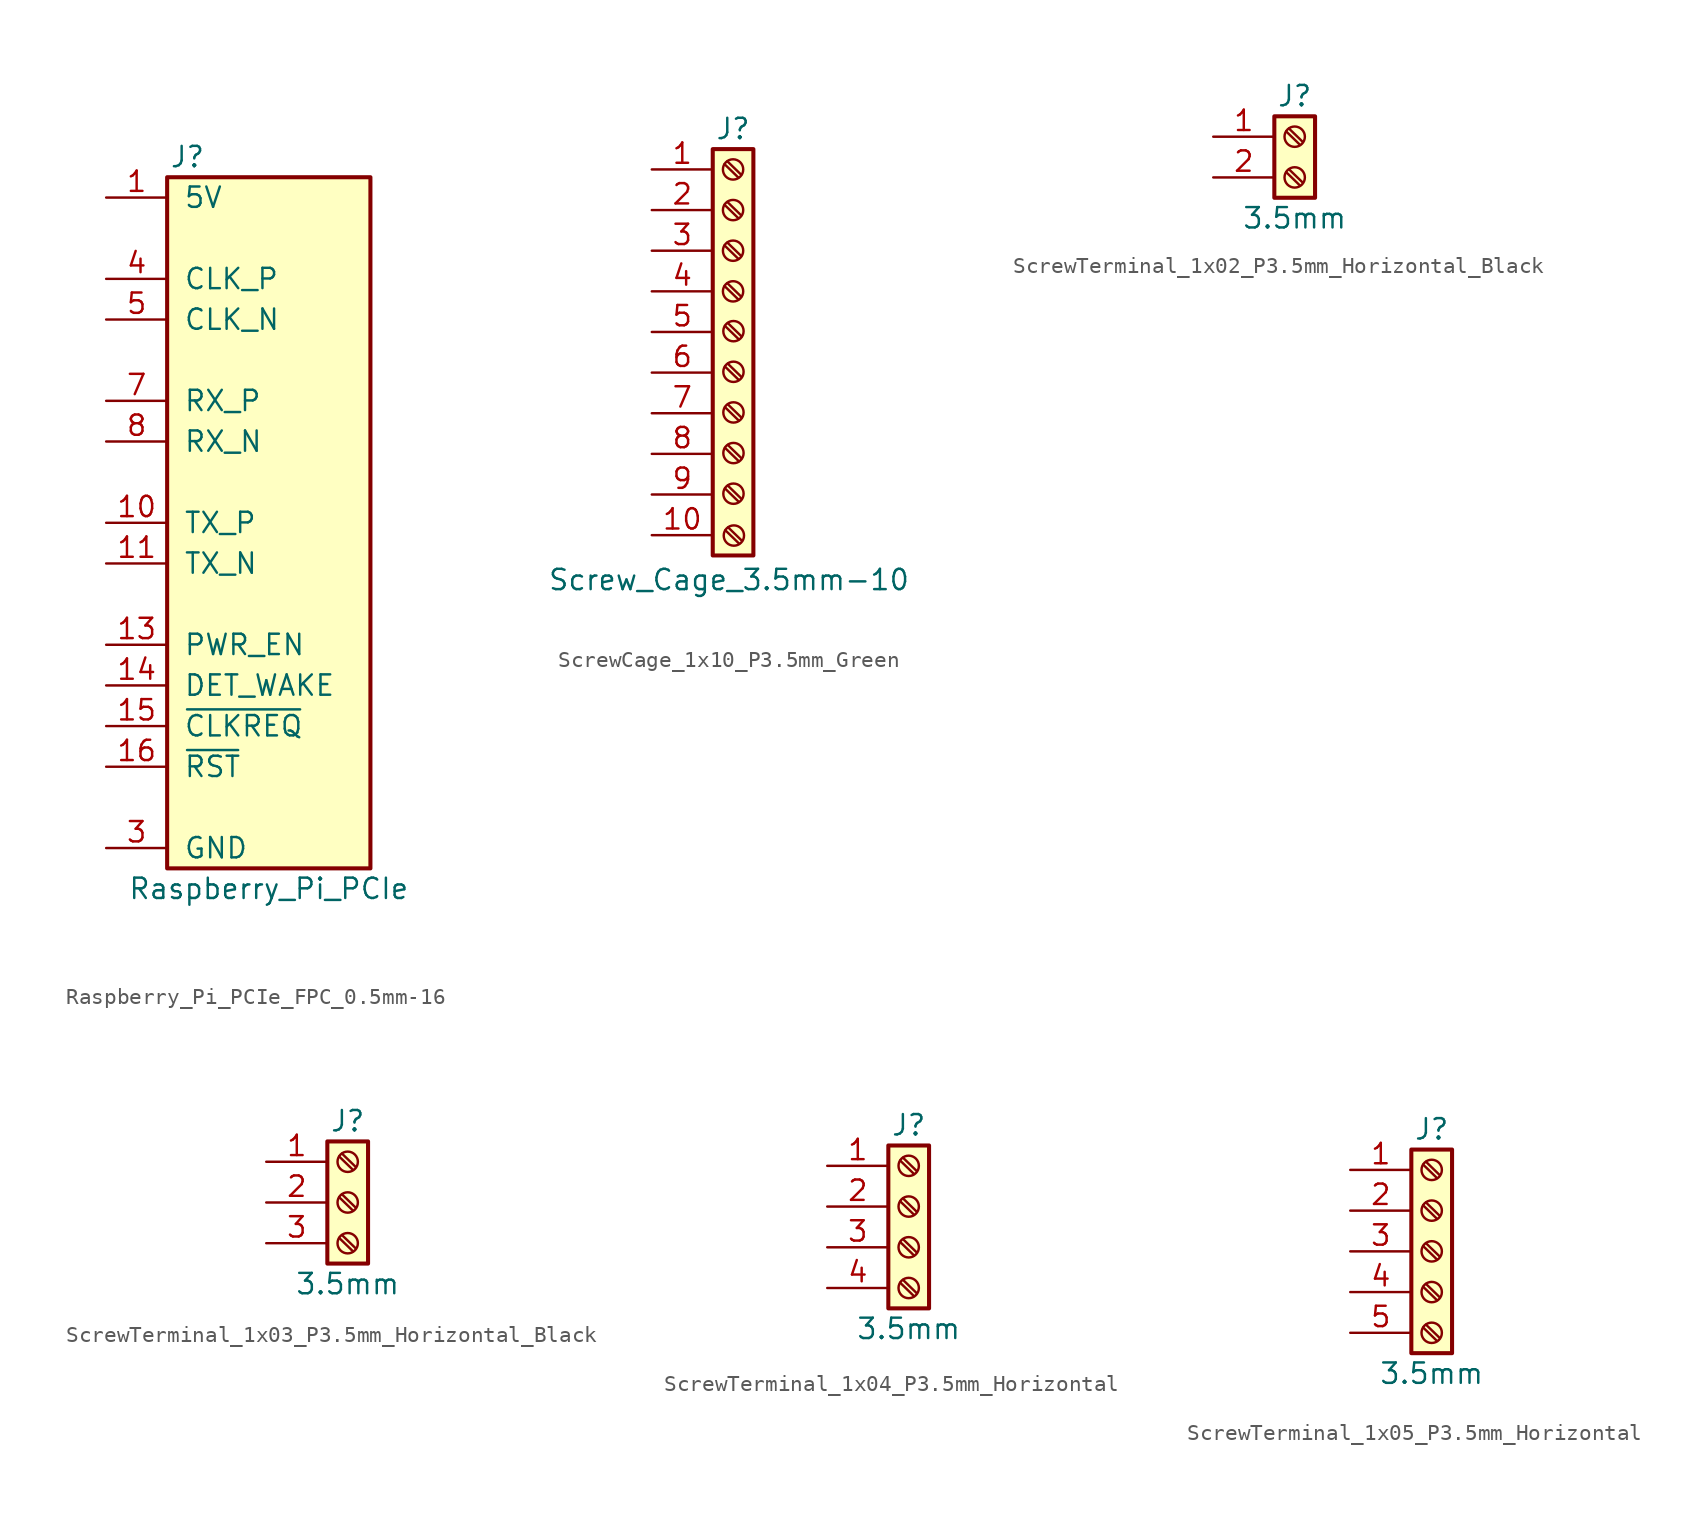
<source format=kicad_sym>
(kicad_symbol_lib
  (version 20241209)
  (generator "kicad_symbol_editor")
  (generator_version "9.0")
  (symbol "Raspberry_Pi_PCIe_FPC_0.5mm-16"
    (pin_names
      (offset 1.016))
    (property "Reference" "J"
      (at -5.08 22.86 0)
      (effects (font (size 1.27 1.27))))
    (property "Value" "Raspberry_Pi_PCIe"
      (at 0 -22.86 0)
      (effects (font (size 1.27 1.27))))
    (symbol "Raspberry_Pi_PCIe_FPC_0.5mm-16_1_1"
      (rectangle (start -6.35 21.59) (end 6.35 -21.59) (stroke (width 0.254) (type default)) (fill (type background)))
      (pin passive line (at -10.16 20.32 0) (length 3.81) (name "5V" (effects (font (size 1.27 1.27)))) (number "1" (effects (font (size 1.27 1.27)))))
      (pin passive line (at -10.16 20.32 0) (length 3.81) (hide yes) (name "5V" (effects (font (size 1.27 1.27)))) (number "2" (effects (font (size 1.27 1.27)))))
      (pin passive line (at -10.16 15.24 0) (length 3.81) (name "CLK_P" (effects (font (size 1.27 1.27)))) (number "4" (effects (font (size 1.27 1.27)))))
      (pin passive line (at -10.16 12.7 0) (length 3.81) (name "CLK_N" (effects (font (size 1.27 1.27)))) (number "5" (effects (font (size 1.27 1.27)))))
      (pin passive line (at -10.16 7.62 0) (length 3.81) (name "RX_P" (effects (font (size 1.27 1.27)))) (number "7" (effects (font (size 1.27 1.27)))))
      (pin passive line (at -10.16 5.08 0) (length 3.81) (name "RX_N" (effects (font (size 1.27 1.27)))) (number "8" (effects (font (size 1.27 1.27)))))
      (pin passive line (at -10.16 0 0) (length 3.81) (name "TX_P" (effects (font (size 1.27 1.27)))) (number "10" (effects (font (size 1.27 1.27)))))
      (pin passive line (at -10.16 -2.54 0) (length 3.81) (name "TX_N" (effects (font (size 1.27 1.27)))) (number "11" (effects (font (size 1.27 1.27)))))
      (pin passive line (at -10.16 -7.62 0) (length 3.81) (name "PWR_EN" (effects (font (size 1.27 1.27)))) (number "13" (effects (font (size 1.27 1.27)))))
      (pin passive line (at -10.16 -10.16 0) (length 3.81) (name "DET_WAKE" (effects (font (size 1.27 1.27)))) (number "14" (effects (font (size 1.27 1.27)))))
      (pin passive line (at -10.16 -12.7 0) (length 3.81) (name "~{CLKREQ}" (effects (font (size 1.27 1.27)))) (number "15" (effects (font (size 1.27 1.27)))))
      (pin passive line (at -10.16 -15.24 0) (length 3.81) (name "~{RST}" (effects (font (size 1.27 1.27)))) (number "16" (effects (font (size 1.27 1.27)))))
      (pin passive line (at -10.16 -20.32 0) (length 3.81) (hide yes) (name "GND" (effects (font (size 1.27 1.27)))) (number "12" (effects (font (size 1.27 1.27)))))
      (pin passive line (at -10.16 -20.32 0) (length 3.81) (name "GND" (effects (font (size 1.27 1.27)))) (number "3" (effects (font (size 1.27 1.27)))))
      (pin passive line (at -10.16 -20.32 0) (length 3.81) (hide yes) (name "GND" (effects (font (size 1.27 1.27)))) (number "6" (effects (font (size 1.27 1.27)))))
      (pin passive line (at -10.16 -20.32 0) (length 3.81) (hide yes) (name "GND" (effects (font (size 1.27 1.27)))) (number "9" (effects (font (size 1.27 1.27)))))))
  (symbol "ScrewCage_1x10_P3.5mm_Green"
    (pin_names
      (offset 1.016)
      (hide yes))
    (property "Reference" "J"
      (at 0 12.7 0)
      (effects (font (size 1.27 1.27))))
    (property "Value" "Screw_Cage_3.5mm-10"
      (at -0.254 -15.494 0)
      (effects (font (size 1.27 1.27))))
    (symbol "ScrewCage_1x10_P3.5mm_Green_1_1"
      (rectangle (start -1.27 11.43) (end 1.27 -13.97) (stroke (width 0.254) (type default)) (fill (type background)))
      (polyline (pts (xy -0.533 10.49) (xy 0.33 9.652)) (stroke (width 0.152) (type default)) (fill (type none)))
      (polyline (pts (xy -0.533 7.95) (xy 0.33 7.112)) (stroke (width 0.152) (type default)) (fill (type none)))
      (polyline (pts (xy -0.533 5.41) (xy 0.33 4.572)) (stroke (width 0.152) (type default)) (fill (type none)))
      (polyline (pts (xy -0.533 2.87) (xy 0.33 2.032)) (stroke (width 0.152) (type default)) (fill (type none)))
      (polyline (pts (xy -0.508 0.381) (xy 0.356 -0.457)) (stroke (width 0.152) (type default)) (fill (type none)))
      (polyline (pts (xy -0.508 -2.159) (xy 0.356 -2.997)) (stroke (width 0.152) (type default)) (fill (type none)))
      (polyline (pts (xy -0.508 -4.699) (xy 0.356 -5.537)) (stroke (width 0.152) (type default)) (fill (type none)))
      (polyline (pts (xy -0.508 -7.239) (xy 0.356 -8.077)) (stroke (width 0.152) (type default)) (fill (type none)))
      (polyline (pts (xy -0.508 -9.779) (xy 0.356 -10.617)) (stroke (width 0.152) (type default)) (fill (type none)))
      (polyline (pts (xy -0.483 -12.395) (xy 0.381 -13.233)) (stroke (width 0.152) (type default)) (fill (type none)))
      (polyline (pts (xy -0.356 10.668) (xy 0.508 9.83)) (stroke (width 0.152) (type default)) (fill (type none)))
      (polyline (pts (xy -0.356 8.128) (xy 0.508 7.29)) (stroke (width 0.152) (type default)) (fill (type none)))
      (polyline (pts (xy -0.356 5.588) (xy 0.508 4.75)) (stroke (width 0.152) (type default)) (fill (type none)))
      (polyline (pts (xy -0.356 3.048) (xy 0.508 2.21)) (stroke (width 0.152) (type default)) (fill (type none)))
      (polyline (pts (xy -0.33 0.559) (xy 0.533 -0.279)) (stroke (width 0.152) (type default)) (fill (type none)))
      (polyline (pts (xy -0.33 -1.981) (xy 0.533 -2.819)) (stroke (width 0.152) (type default)) (fill (type none)))
      (polyline (pts (xy -0.33 -4.521) (xy 0.533 -5.359)) (stroke (width 0.152) (type default)) (fill (type none)))
      (polyline (pts (xy -0.33 -7.061) (xy 0.533 -7.899)) (stroke (width 0.152) (type default)) (fill (type none)))
      (polyline (pts (xy -0.33 -9.601) (xy 0.533 -10.439)) (stroke (width 0.152) (type default)) (fill (type none)))
      (polyline (pts (xy -0.305 -12.217) (xy 0.559 -13.056)) (stroke (width 0.152) (type default)) (fill (type none)))
      (circle (center 0 10.16) (radius 0.635) (stroke (width 0.152) (type default)) (fill (type none)))
      (circle (center 0 7.62) (radius 0.635) (stroke (width 0.152) (type default)) (fill (type none)))
      (circle (center 0 5.08) (radius 0.635) (stroke (width 0.152) (type default)) (fill (type none)))
      (circle (center 0 2.54) (radius 0.635) (stroke (width 0.152) (type default)) (fill (type none)))
      (circle (center 0.025 0.051) (radius 0.635) (stroke (width 0.152) (type default)) (fill (type none)))
      (circle (center 0.025 -2.489) (radius 0.635) (stroke (width 0.152) (type default)) (fill (type none)))
      (circle (center 0.025 -5.029) (radius 0.635) (stroke (width 0.152) (type default)) (fill (type none)))
      (circle (center 0.025 -7.569) (radius 0.635) (stroke (width 0.152) (type default)) (fill (type none)))
      (circle (center 0.025 -10.109) (radius 0.635) (stroke (width 0.152) (type default)) (fill (type none)))
      (circle (center 0.051 -12.725) (radius 0.635) (stroke (width 0.152) (type default)) (fill (type none)))
      (pin passive line (at -5.08 10.16 0) (length 3.81) (name "Pin_1" (effects (font (size 1.27 1.27)))) (number "1" (effects (font (size 1.27 1.27)))))
      (pin passive line (at -5.08 7.62 0) (length 3.81) (name "Pin_2" (effects (font (size 1.27 1.27)))) (number "2" (effects (font (size 1.27 1.27)))))
      (pin passive line (at -5.08 5.08 0) (length 3.81) (name "Pin_3" (effects (font (size 1.27 1.27)))) (number "3" (effects (font (size 1.27 1.27)))))
      (pin passive line (at -5.08 2.54 0) (length 3.81) (name "Pin_4" (effects (font (size 1.27 1.27)))) (number "4" (effects (font (size 1.27 1.27)))))
      (pin passive line (at -5.08 0 0) (length 3.81) (name "Pin_3" (effects (font (size 1.27 1.27)))) (number "5" (effects (font (size 1.27 1.27)))))
      (pin passive line (at -5.08 -2.54 0) (length 3.81) (name "Pin_4" (effects (font (size 1.27 1.27)))) (number "6" (effects (font (size 1.27 1.27)))))
      (pin passive line (at -5.08 -5.08 0) (length 3.81) (name "Pin_2" (effects (font (size 1.27 1.27)))) (number "7" (effects (font (size 1.27 1.27)))))
      (pin passive line (at -5.08 -7.62 0) (length 3.81) (name "Pin_1" (effects (font (size 1.27 1.27)))) (number "8" (effects (font (size 1.27 1.27)))))
      (pin passive line (at -5.08 -10.16 0) (length 3.81) (name "Pin_1" (effects (font (size 1.27 1.27)))) (number "9" (effects (font (size 1.27 1.27)))))
      (pin passive line (at -5.08 -12.7 0) (length 3.81) (name "Pin_1" (effects (font (size 1.27 1.27)))) (number "10" (effects (font (size 1.27 1.27)))))))
  (symbol "ScrewTerminal_1x02_P3.5mm_Horizontal_Black"
    (pin_names
      (offset 1.016)
      (hide yes))
    (property "Reference" "J"
      (at 0 3.81 0)
      (effects (font (size 1.27 1.27))))
    (property "Value" "3.5mm"
      (at 0 -3.81 0)
      (effects (font (size 1.27 1.27))))
    (symbol "ScrewTerminal_1x02_P3.5mm_Horizontal_Black_1_1"
      (rectangle (start -1.27 2.54) (end 1.27 -2.54) (stroke (width 0.254) (type default)) (fill (type background)))
      (polyline (pts (xy -0.533 1.6) (xy 0.33 0.762)) (stroke (width 0.152) (type default)) (fill (type none)))
      (polyline (pts (xy -0.533 -0.94) (xy 0.33 -1.778)) (stroke (width 0.152) (type default)) (fill (type none)))
      (polyline (pts (xy -0.356 1.778) (xy 0.508 0.94)) (stroke (width 0.152) (type default)) (fill (type none)))
      (polyline (pts (xy -0.356 -0.762) (xy 0.508 -1.6)) (stroke (width 0.152) (type default)) (fill (type none)))
      (circle (center 0 1.27) (radius 0.635) (stroke (width 0.152) (type default)) (fill (type none)))
      (circle (center 0 -1.27) (radius 0.635) (stroke (width 0.152) (type default)) (fill (type none)))
      (pin passive line (at -5.08 1.27 0) (length 3.81) (name "Pin_1" (effects (font (size 1.27 1.27)))) (number "1" (effects (font (size 1.27 1.27)))))
      (pin passive line (at -5.08 -1.27 0) (length 3.81) (name "Pin_2" (effects (font (size 1.27 1.27)))) (number "2" (effects (font (size 1.27 1.27)))))))
  (symbol "ScrewTerminal_1x03_P3.5mm_Horizontal_Black"
    (pin_names
      (offset 1.016)
      (hide yes))
    (property "Reference" "J"
      (at 0 5.08 0)
      (effects (font (size 1.27 1.27))))
    (property "Value" "3.5mm"
      (at 0 -5.08 0)
      (effects (font (size 1.27 1.27))))
    (symbol "ScrewTerminal_1x03_P3.5mm_Horizontal_Black_1_1"
      (rectangle (start -1.27 3.81) (end 1.27 -3.81) (stroke (width 0.254) (type default)) (fill (type background)))
      (polyline (pts (xy -0.533 2.87) (xy 0.33 2.032)) (stroke (width 0.152) (type default)) (fill (type none)))
      (polyline (pts (xy -0.533 0.33) (xy 0.33 -0.508)) (stroke (width 0.152) (type default)) (fill (type none)))
      (polyline (pts (xy -0.533 -2.21) (xy 0.33 -3.048)) (stroke (width 0.152) (type default)) (fill (type none)))
      (polyline (pts (xy -0.356 3.048) (xy 0.508 2.21)) (stroke (width 0.152) (type default)) (fill (type none)))
      (polyline (pts (xy -0.356 0.508) (xy 0.508 -0.33)) (stroke (width 0.152) (type default)) (fill (type none)))
      (polyline (pts (xy -0.356 -2.032) (xy 0.508 -2.87)) (stroke (width 0.152) (type default)) (fill (type none)))
      (circle (center 0 2.54) (radius 0.635) (stroke (width 0.152) (type default)) (fill (type none)))
      (circle (center 0 0) (radius 0.635) (stroke (width 0.152) (type default)) (fill (type none)))
      (circle (center 0 -2.54) (radius 0.635) (stroke (width 0.152) (type default)) (fill (type none)))
      (pin passive line (at -5.08 2.54 0) (length 3.81) (name "Pin_1" (effects (font (size 1.27 1.27)))) (number "1" (effects (font (size 1.27 1.27)))))
      (pin passive line (at -5.08 0 0) (length 3.81) (name "Pin_2" (effects (font (size 1.27 1.27)))) (number "2" (effects (font (size 1.27 1.27)))))
      (pin passive line (at -5.08 -2.54 0) (length 3.81) (name "Pin_3" (effects (font (size 1.27 1.27)))) (number "3" (effects (font (size 1.27 1.27)))))))
  (symbol "ScrewTerminal_1x04_P3.5mm_Horizontal"
    (pin_names
      (offset 1.016)
      (hide yes))
    (property "Reference" "J"
      (at 0 5.08 0)
      (effects (font (size 1.27 1.27))))
    (property "Value" "3.5mm"
      (at 0 -7.62 0)
      (effects (font (size 1.27 1.27))))
    (symbol "ScrewTerminal_1x04_P3.5mm_Horizontal_1_1"
      (rectangle (start -1.27 3.81) (end 1.27 -6.35) (stroke (width 0.254) (type default)) (fill (type background)))
      (polyline (pts (xy -0.533 2.87) (xy 0.33 2.032)) (stroke (width 0.152) (type default)) (fill (type none)))
      (polyline (pts (xy -0.533 0.33) (xy 0.33 -0.508)) (stroke (width 0.152) (type default)) (fill (type none)))
      (polyline (pts (xy -0.533 -2.21) (xy 0.33 -3.048)) (stroke (width 0.152) (type default)) (fill (type none)))
      (polyline (pts (xy -0.533 -4.75) (xy 0.33 -5.588)) (stroke (width 0.152) (type default)) (fill (type none)))
      (polyline (pts (xy -0.356 3.048) (xy 0.508 2.21)) (stroke (width 0.152) (type default)) (fill (type none)))
      (polyline (pts (xy -0.356 0.508) (xy 0.508 -0.33)) (stroke (width 0.152) (type default)) (fill (type none)))
      (polyline (pts (xy -0.356 -2.032) (xy 0.508 -2.87)) (stroke (width 0.152) (type default)) (fill (type none)))
      (polyline (pts (xy -0.356 -4.572) (xy 0.508 -5.41)) (stroke (width 0.152) (type default)) (fill (type none)))
      (circle (center 0 2.54) (radius 0.635) (stroke (width 0.152) (type default)) (fill (type none)))
      (circle (center 0 0) (radius 0.635) (stroke (width 0.152) (type default)) (fill (type none)))
      (circle (center 0 -2.54) (radius 0.635) (stroke (width 0.152) (type default)) (fill (type none)))
      (circle (center 0 -5.08) (radius 0.635) (stroke (width 0.152) (type default)) (fill (type none)))
      (pin passive line (at -5.08 2.54 0) (length 3.81) (name "Pin_1" (effects (font (size 1.27 1.27)))) (number "1" (effects (font (size 1.27 1.27)))))
      (pin passive line (at -5.08 0 0) (length 3.81) (name "Pin_2" (effects (font (size 1.27 1.27)))) (number "2" (effects (font (size 1.27 1.27)))))
      (pin passive line (at -5.08 -2.54 0) (length 3.81) (name "Pin_3" (effects (font (size 1.27 1.27)))) (number "3" (effects (font (size 1.27 1.27)))))
      (pin passive line (at -5.08 -5.08 0) (length 3.81) (name "Pin_4" (effects (font (size 1.27 1.27)))) (number "4" (effects (font (size 1.27 1.27)))))))
  (symbol "ScrewTerminal_1x05_P3.5mm_Horizontal"
    (pin_names
      (offset 1.016)
      (hide yes))
    (property "Reference" "J"
      (at 0 5.08 0)
      (effects (font (size 1.27 1.27))))
    (property "Value" "3.5mm"
      (at 0 -10.16 0)
      (effects (font (size 1.27 1.27))))
    (symbol "ScrewTerminal_1x05_P3.5mm_Horizontal_1_1"
      (rectangle (start -1.27 3.81) (end 1.27 -8.89) (stroke (width 0.254) (type default)) (fill (type background)))
      (polyline (pts (xy -0.533 2.87) (xy 0.33 2.032)) (stroke (width 0.152) (type default)) (fill (type none)))
      (polyline (pts (xy -0.533 0.33) (xy 0.33 -0.508)) (stroke (width 0.152) (type default)) (fill (type none)))
      (polyline (pts (xy -0.533 -2.21) (xy 0.33 -3.048)) (stroke (width 0.152) (type default)) (fill (type none)))
      (polyline (pts (xy -0.533 -4.75) (xy 0.33 -5.588)) (stroke (width 0.152) (type default)) (fill (type none)))
      (polyline (pts (xy -0.533 -7.29) (xy 0.33 -8.128)) (stroke (width 0.152) (type default)) (fill (type none)))
      (polyline (pts (xy -0.356 3.048) (xy 0.508 2.21)) (stroke (width 0.152) (type default)) (fill (type none)))
      (polyline (pts (xy -0.356 0.508) (xy 0.508 -0.33)) (stroke (width 0.152) (type default)) (fill (type none)))
      (polyline (pts (xy -0.356 -2.032) (xy 0.508 -2.87)) (stroke (width 0.152) (type default)) (fill (type none)))
      (polyline (pts (xy -0.356 -4.572) (xy 0.508 -5.41)) (stroke (width 0.152) (type default)) (fill (type none)))
      (polyline (pts (xy -0.356 -7.112) (xy 0.508 -7.95)) (stroke (width 0.152) (type default)) (fill (type none)))
      (circle (center 0 2.54) (radius 0.635) (stroke (width 0.152) (type default)) (fill (type none)))
      (circle (center 0 0) (radius 0.635) (stroke (width 0.152) (type default)) (fill (type none)))
      (circle (center 0 -2.54) (radius 0.635) (stroke (width 0.152) (type default)) (fill (type none)))
      (circle (center 0 -5.08) (radius 0.635) (stroke (width 0.152) (type default)) (fill (type none)))
      (circle (center 0 -7.62) (radius 0.635) (stroke (width 0.152) (type default)) (fill (type none)))
      (pin passive line (at -5.08 2.54 0) (length 3.81) (name "Pin_1" (effects (font (size 1.27 1.27)))) (number "1" (effects (font (size 1.27 1.27)))))
      (pin passive line (at -5.08 0 0) (length 3.81) (name "Pin_2" (effects (font (size 1.27 1.27)))) (number "2" (effects (font (size 1.27 1.27)))))
      (pin passive line (at -5.08 -2.54 0) (length 3.81) (name "Pin_3" (effects (font (size 1.27 1.27)))) (number "3" (effects (font (size 1.27 1.27)))))
      (pin passive line (at -5.08 -5.08 0) (length 3.81) (name "Pin_4" (effects (font (size 1.27 1.27)))) (number "4" (effects (font (size 1.27 1.27)))))
      (pin passive line (at -5.08 -7.62 0) (length 3.81) (name "Pin_5" (effects (font (size 1.27 1.27)))) (number "5" (effects (font (size 1.27 1.27))))))))
</source>
